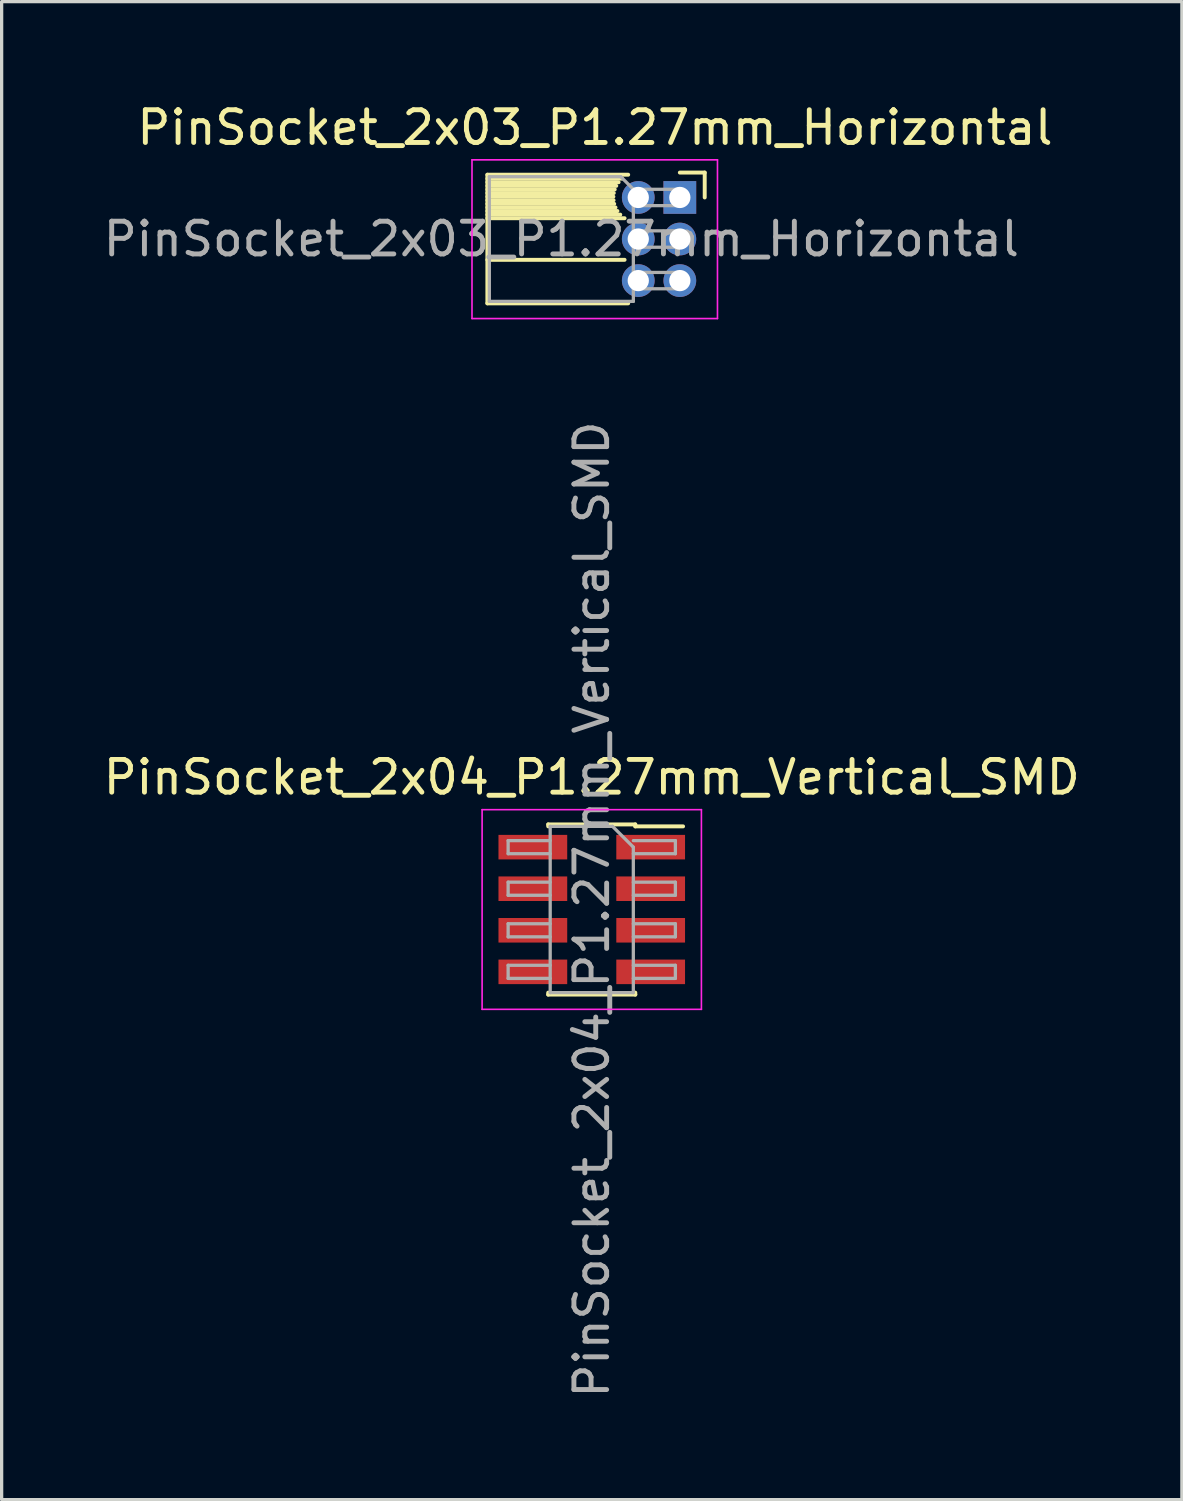
<source format=kicad_pcb>
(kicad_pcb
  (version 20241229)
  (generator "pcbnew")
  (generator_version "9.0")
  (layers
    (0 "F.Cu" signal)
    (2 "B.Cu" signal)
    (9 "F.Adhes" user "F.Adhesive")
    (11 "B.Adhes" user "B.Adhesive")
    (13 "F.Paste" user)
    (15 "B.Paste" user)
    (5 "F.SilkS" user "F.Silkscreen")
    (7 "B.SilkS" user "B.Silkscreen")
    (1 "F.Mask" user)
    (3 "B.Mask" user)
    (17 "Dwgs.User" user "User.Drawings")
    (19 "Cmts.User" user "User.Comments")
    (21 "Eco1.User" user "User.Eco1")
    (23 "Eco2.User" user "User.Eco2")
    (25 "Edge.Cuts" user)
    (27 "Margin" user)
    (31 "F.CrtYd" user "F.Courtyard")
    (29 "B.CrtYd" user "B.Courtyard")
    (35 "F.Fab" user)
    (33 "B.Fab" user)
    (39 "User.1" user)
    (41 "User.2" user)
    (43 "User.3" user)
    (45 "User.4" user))
  (footprint "PinSocket_2x04_P1.27mm_Vertical_SMD"
    (layer "F.Cu")
    (at 15.03 24.738)
    (property "Reference" "PinSocket_2x04_P1.27mm_Vertical_SMD" (at 0 -4.04 0) (layer "F.SilkS") (effects (font (size 1 1) (thickness 0.15))))
    (attr smd)
    (fp_line (start -1.33 -2.6) (end -1.33 -2.54) (stroke (width 0.12) (type solid)) (layer "F.SilkS"))
    (fp_line (start -1.33 -2.6) (end 1.33 -2.6) (stroke (width 0.12) (type solid)) (layer "F.SilkS"))
    (fp_line (start -1.33 2.54) (end -1.33 2.6) (stroke (width 0.12) (type solid)) (layer "F.SilkS"))
    (fp_line (start -1.33 2.6) (end 1.33 2.6) (stroke (width 0.12) (type solid)) (layer "F.SilkS"))
    (fp_line (start 1.33 -2.6) (end 1.33 -2.54) (stroke (width 0.12) (type solid)) (layer "F.SilkS"))
    (fp_line (start 1.33 -2.54) (end 2.79 -2.54) (stroke (width 0.12) (type solid)) (layer "F.SilkS"))
    (fp_line (start 1.33 2.54) (end 1.33 2.6) (stroke (width 0.12) (type solid)) (layer "F.SilkS"))
    (fp_line (start -3.35 -3.05) (end 3.35 -3.05) (stroke (width 0.05) (type solid)) (layer "F.CrtYd"))
    (fp_line (start -3.35 3.05) (end -3.35 -3.05) (stroke (width 0.05) (type solid)) (layer "F.CrtYd"))
    (fp_line (start 3.35 -3.05) (end 3.35 3.05) (stroke (width 0.05) (type solid)) (layer "F.CrtYd"))
    (fp_line (start 3.35 3.05) (end -3.35 3.05) (stroke (width 0.05) (type solid)) (layer "F.CrtYd"))
    (fp_line (start -2.555 -2.105) (end -1.27 -2.105) (stroke (width 0.1) (type solid)) (layer "F.Fab"))
    (fp_line (start -2.555 -1.705) (end -2.555 -2.105) (stroke (width 0.1) (type solid)) (layer "F.Fab"))
    (fp_line (start -2.555 -0.835) (end -1.27 -0.835) (stroke (width 0.1) (type solid)) (layer "F.Fab"))
    (fp_line (start -2.555 -0.435) (end -2.555 -0.835) (stroke (width 0.1) (type solid)) (layer "F.Fab"))
    (fp_line (start -2.555 0.435) (end -1.27 0.435) (stroke (width 0.1) (type solid)) (layer "F.Fab"))
    (fp_line (start -2.555 0.835) (end -2.555 0.435) (stroke (width 0.1) (type solid)) (layer "F.Fab"))
    (fp_line (start -2.555 1.705) (end -1.27 1.705) (stroke (width 0.1) (type solid)) (layer "F.Fab"))
    (fp_line (start -2.555 2.105) (end -2.555 1.705) (stroke (width 0.1) (type solid)) (layer "F.Fab"))
    (fp_line (start -1.27 -2.54) (end 0.635 -2.54) (stroke (width 0.1) (type solid)) (layer "F.Fab"))
    (fp_line (start -1.27 -1.705) (end -2.555 -1.705) (stroke (width 0.1) (type solid)) (layer "F.Fab"))
    (fp_line (start -1.27 -0.435) (end -2.555 -0.435) (stroke (width 0.1) (type solid)) (layer "F.Fab"))
    (fp_line (start -1.27 0.835) (end -2.555 0.835) (stroke (width 0.1) (type solid)) (layer "F.Fab"))
    (fp_line (start -1.27 2.105) (end -2.555 2.105) (stroke (width 0.1) (type solid)) (layer "F.Fab"))
    (fp_line (start -1.27 2.54) (end -1.27 -2.54) (stroke (width 0.1) (type solid)) (layer "F.Fab"))
    (fp_line (start 0.635 -2.54) (end 1.27 -1.905) (stroke (width 0.1) (type solid)) (layer "F.Fab"))
    (fp_line (start 1.27 -2.105) (end 2.555 -2.105) (stroke (width 0.1) (type solid)) (layer "F.Fab"))
    (fp_line (start 1.27 -1.905) (end 1.27 2.54) (stroke (width 0.1) (type solid)) (layer "F.Fab"))
    (fp_line (start 1.27 -0.835) (end 2.555 -0.835) (stroke (width 0.1) (type solid)) (layer "F.Fab"))
    (fp_line (start 1.27 0.435) (end 2.555 0.435) (stroke (width 0.1) (type solid)) (layer "F.Fab"))
    (fp_line (start 1.27 1.705) (end 2.555 1.705) (stroke (width 0.1) (type solid)) (layer "F.Fab"))
    (fp_line (start 1.27 2.54) (end -1.27 2.54) (stroke (width 0.1) (type solid)) (layer "F.Fab"))
    (fp_line (start 2.555 -2.105) (end 2.555 -1.705) (stroke (width 0.1) (type solid)) (layer "F.Fab"))
    (fp_line (start 2.555 -1.705) (end 1.27 -1.705) (stroke (width 0.1) (type solid)) (layer "F.Fab"))
    (fp_line (start 2.555 -0.835) (end 2.555 -0.435) (stroke (width 0.1) (type solid)) (layer "F.Fab"))
    (fp_line (start 2.555 -0.435) (end 1.27 -0.435) (stroke (width 0.1) (type solid)) (layer "F.Fab"))
    (fp_line (start 2.555 0.435) (end 2.555 0.835) (stroke (width 0.1) (type solid)) (layer "F.Fab"))
    (fp_line (start 2.555 0.835) (end 1.27 0.835) (stroke (width 0.1) (type solid)) (layer "F.Fab"))
    (fp_line (start 2.555 1.705) (end 2.555 2.105) (stroke (width 0.1) (type solid)) (layer "F.Fab"))
    (fp_line (start 2.555 2.105) (end 1.27 2.105) (stroke (width 0.1) (type solid)) (layer "F.Fab"))
    (fp_text user "${REFERENCE}" (at 0 0 90) (layer "F.Fab") (effects (font (size 1 1) (thickness 0.15))))
    (pad "1" smd rect (at 1.8 -1.905) (size 2.1 0.75) (layers "F.Cu" "F.Mask" "F.Paste"))
    (pad "2" smd rect (at -1.8 -1.905) (size 2.1 0.75) (layers "F.Cu" "F.Mask" "F.Paste"))
    (pad "3" smd rect (at 1.8 -0.635) (size 2.1 0.75) (layers "F.Cu" "F.Mask" "F.Paste"))
    (pad "4" smd rect (at -1.8 -0.635) (size 2.1 0.75) (layers "F.Cu" "F.Mask" "F.Paste"))
    (pad "5" smd rect (at 1.8 0.635) (size 2.1 0.75) (layers "F.Cu" "F.Mask" "F.Paste"))
    (pad "6" smd rect (at -1.8 0.635) (size 2.1 0.75) (layers "F.Cu" "F.Mask" "F.Paste"))
    (pad "7" smd rect (at 1.8 1.905) (size 2.1 0.75) (layers "F.Cu" "F.Mask" "F.Paste"))
    (pad "8" smd rect (at -1.8 1.905) (size 2.1 0.75) (layers "F.Cu" "F.Mask" "F.Paste")))
  (footprint "PinSocket_2x03_P1.27mm_Horizontal"
    (layer "F.Cu")
    (at 17.721 2.983)
    (property "Reference" "PinSocket_2x03_P1.27mm_Horizontal" (at -2.592 -2.135 0) (layer "F.SilkS") (effects (font (size 1 1) (thickness 0.15))))
    (attr through_hole)
    (fp_line (start -5.88 -0.695) (end -5.88 3.235) (stroke (width 0.12) (type solid)) (layer "F.SilkS"))
    (fp_line (start -5.88 -0.695) (end -1.578 -0.695) (stroke (width 0.12) (type solid)) (layer "F.SilkS"))
    (fp_line (start -5.88 -0.575) (end -1.767 -0.575) (stroke (width 0.12) (type solid)) (layer "F.SilkS"))
    (fp_line (start -5.88 -0.465) (end -1.871 -0.465) (stroke (width 0.12) (type solid)) (layer "F.SilkS"))
    (fp_line (start -5.88 -0.355) (end -1.942 -0.355) (stroke (width 0.12) (type solid)) (layer "F.SilkS"))
    (fp_line (start -5.88 -0.245) (end -1.989 -0.245) (stroke (width 0.12) (type solid)) (layer "F.SilkS"))
    (fp_line (start -5.88 -0.135) (end -2.018 -0.135) (stroke (width 0.12) (type solid)) (layer "F.SilkS"))
    (fp_line (start -5.88 -0.025) (end -2.03 -0.025) (stroke (width 0.12) (type solid)) (layer "F.SilkS"))
    (fp_line (start -5.88 0.085) (end -2.025 0.085) (stroke (width 0.12) (type solid)) (layer "F.SilkS"))
    (fp_line (start -5.88 0.195) (end -2.005 0.195) (stroke (width 0.12) (type solid)) (layer "F.SilkS"))
    (fp_line (start -5.88 0.305) (end -1.966 0.305) (stroke (width 0.12) (type solid)) (layer "F.SilkS"))
    (fp_line (start -5.88 0.415) (end -1.907 0.415) (stroke (width 0.12) (type solid)) (layer "F.SilkS"))
    (fp_line (start -5.88 0.525) (end -1.82 0.525) (stroke (width 0.12) (type solid)) (layer "F.SilkS"))
    (fp_line (start -5.88 0.635) (end -1.688 0.635) (stroke (width 0.12) (type solid)) (layer "F.SilkS"))
    (fp_line (start -5.88 1.905) (end -1.688 1.905) (stroke (width 0.12) (type solid)) (layer "F.SilkS"))
    (fp_line (start -5.88 3.235) (end -1.578 3.235) (stroke (width 0.12) (type solid)) (layer "F.SilkS"))
    (fp_line (start 0 -0.76) (end 0.76 -0.76) (stroke (width 0.12) (type solid)) (layer "F.SilkS"))
    (fp_line (start 0.76 -0.76) (end 0.76 0) (stroke (width 0.12) (type solid)) (layer "F.SilkS"))
    (fp_line (start -6.35 -1.15) (end -6.35 3.7) (stroke (width 0.05) (type solid)) (layer "F.CrtYd"))
    (fp_line (start -6.35 3.7) (end 1.15 3.7) (stroke (width 0.05) (type solid)) (layer "F.CrtYd"))
    (fp_line (start 1.15 -1.15) (end -6.35 -1.15) (stroke (width 0.05) (type solid)) (layer "F.CrtYd"))
    (fp_line (start 1.15 3.7) (end 1.15 -1.15) (stroke (width 0.05) (type solid)) (layer "F.CrtYd"))
    (fp_line (start -5.82 -0.635) (end -1.805 -0.635) (stroke (width 0.1) (type solid)) (layer "F.Fab"))
    (fp_line (start -5.82 3.175) (end -5.82 -0.635) (stroke (width 0.1) (type solid)) (layer "F.Fab"))
    (fp_line (start -1.805 -0.635) (end -1.42 -0.25) (stroke (width 0.1) (type solid)) (layer "F.Fab"))
    (fp_line (start -1.42 -0.25) (end -1.42 3.175) (stroke (width 0.1) (type solid)) (layer "F.Fab"))
    (fp_line (start -1.42 0.25) (end 0 0.25) (stroke (width 0.1) (type solid)) (layer "F.Fab"))
    (fp_line (start -1.42 1.52) (end 0 1.52) (stroke (width 0.1) (type solid)) (layer "F.Fab"))
    (fp_line (start -1.42 2.79) (end 0 2.79) (stroke (width 0.1) (type solid)) (layer "F.Fab"))
    (fp_line (start -1.42 3.175) (end -5.82 3.175) (stroke (width 0.1) (type solid)) (layer "F.Fab"))
    (fp_line (start 0 -0.25) (end -1.42 -0.25) (stroke (width 0.1) (type solid)) (layer "F.Fab"))
    (fp_line (start 0 0.25) (end 0 -0.25) (stroke (width 0.1) (type solid)) (layer "F.Fab"))
    (fp_line (start 0 1.02) (end -1.42 1.02) (stroke (width 0.1) (type solid)) (layer "F.Fab"))
    (fp_line (start 0 1.52) (end 0 1.02) (stroke (width 0.1) (type solid)) (layer "F.Fab"))
    (fp_line (start 0 2.29) (end -1.42 2.29) (stroke (width 0.1) (type solid)) (layer "F.Fab"))
    (fp_line (start 0 2.79) (end 0 2.29) (stroke (width 0.1) (type solid)) (layer "F.Fab"))
    (fp_text user "${REFERENCE}" (at -3.62 1.27 0) (layer "F.Fab") (effects (font (size 1 1) (thickness 0.15))))
    (pad "1" thru_hole rect (at 0 0) (size 1 1) (drill 0.65) (layers "*.Cu" "*.Mask"))
    (pad "2" thru_hole oval (at -1.27 0) (size 1 1) (drill 0.65) (layers "*.Cu" "*.Mask"))
    (pad "3" thru_hole oval (at 0 1.27) (size 1 1) (drill 0.65) (layers "*.Cu" "*.Mask"))
    (pad "4" thru_hole oval (at -1.27 1.27) (size 1 1) (drill 0.65) (layers "*.Cu" "*.Mask"))
    (pad "5" thru_hole oval (at 0 2.54) (size 1 1) (drill 0.65) (layers "*.Cu" "*.Mask"))
    (pad "6" thru_hole oval (at -1.27 2.54) (size 1 1) (drill 0.65) (layers "*.Cu" "*.Mask")))
  (gr_rect
    (start -3 -3)
    (end 33.06 42.768)
    (stroke (width 0.1) (type default))
    (fill no)
    (layer "Edge.Cuts")))
</source>
